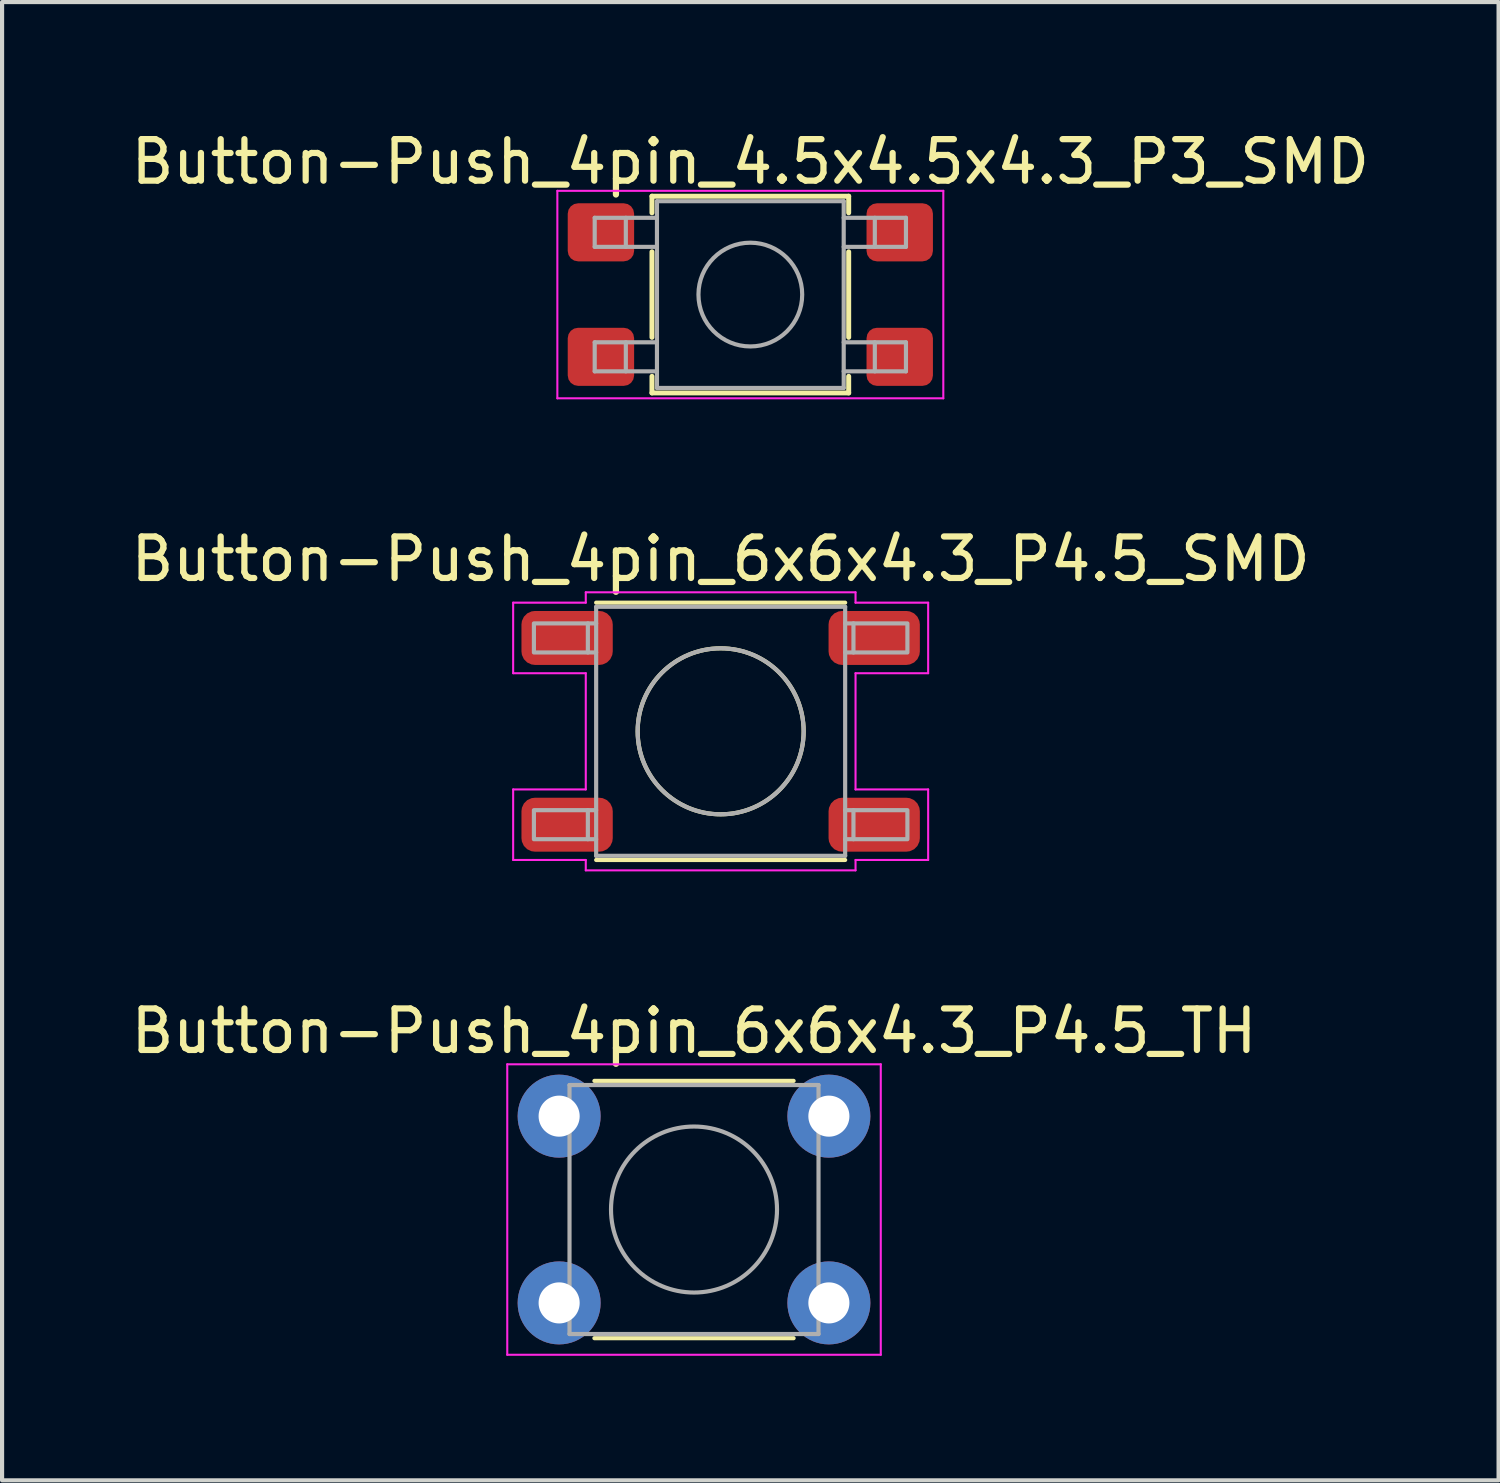
<source format=kicad_pcb>
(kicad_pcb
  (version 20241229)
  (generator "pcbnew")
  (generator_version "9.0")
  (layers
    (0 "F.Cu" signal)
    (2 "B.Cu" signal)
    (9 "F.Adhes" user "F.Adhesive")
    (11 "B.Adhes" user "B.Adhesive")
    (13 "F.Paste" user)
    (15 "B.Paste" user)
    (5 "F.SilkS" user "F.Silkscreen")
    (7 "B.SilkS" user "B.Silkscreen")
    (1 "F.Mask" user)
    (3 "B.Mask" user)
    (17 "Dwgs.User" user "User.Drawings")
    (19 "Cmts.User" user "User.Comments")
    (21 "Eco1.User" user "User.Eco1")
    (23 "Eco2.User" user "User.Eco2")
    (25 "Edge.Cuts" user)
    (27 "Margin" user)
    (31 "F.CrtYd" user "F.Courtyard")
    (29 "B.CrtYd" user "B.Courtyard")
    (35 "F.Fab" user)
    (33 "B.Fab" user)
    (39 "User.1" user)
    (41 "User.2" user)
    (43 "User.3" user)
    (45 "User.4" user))
  (footprint "Button-Push_4pin_6x6x4.3_P4.5_SMD"
    (layer "F.Cu")
    (at 14.315 14.572)
    (property "Reference" "Button-Push_4pin_6x6x4.3_P4.5_SMD" (at 0 -4.15 0) (layer "F.SilkS") (effects (font (size 1 1) (thickness 0.15))))
    (attr smd)
    (fp_line (start 3 -3.1) (end -3 -3.1) (stroke (width 0.1) (type solid)) (layer "F.SilkS"))
    (fp_line (start 3 3.1) (end -3 3.1) (stroke (width 0.1) (type solid)) (layer "F.SilkS"))
    (fp_circle (center 0 0) (end 2 0) (stroke (width 0.1) (type solid)) (fill no) (layer "F.SilkS"))
    (fp_line (start -5 -3.1) (end -5 -1.4) (stroke (width 0.05) (type solid)) (layer "F.CrtYd"))
    (fp_line (start -5 -3.1) (end -3.25 -3.1) (stroke (width 0.05) (type solid)) (layer "F.CrtYd"))
    (fp_line (start -5 -1.4) (end -3.25 -1.4) (stroke (width 0.05) (type solid)) (layer "F.CrtYd"))
    (fp_line (start -5 1.4) (end -5 3.1) (stroke (width 0.05) (type solid)) (layer "F.CrtYd"))
    (fp_line (start -5 1.4) (end -3.25 1.4) (stroke (width 0.05) (type solid)) (layer "F.CrtYd"))
    (fp_line (start -5 3.1) (end -3.25 3.1) (stroke (width 0.05) (type solid)) (layer "F.CrtYd"))
    (fp_line (start -3.25 -3.35) (end -3.25 -3.1) (stroke (width 0.05) (type solid)) (layer "F.CrtYd"))
    (fp_line (start -3.25 -1.4) (end -3.25 1.4) (stroke (width 0.05) (type solid)) (layer "F.CrtYd"))
    (fp_line (start -3.25 3.1) (end -3.25 3.35) (stroke (width 0.05) (type solid)) (layer "F.CrtYd"))
    (fp_line (start -3.25 3.35) (end 3.25 3.35) (stroke (width 0.05) (type solid)) (layer "F.CrtYd"))
    (fp_line (start 3.25 -3.35) (end -3.25 -3.35) (stroke (width 0.05) (type solid)) (layer "F.CrtYd"))
    (fp_line (start 3.25 -3.35) (end 3.25 -3.1) (stroke (width 0.05) (type solid)) (layer "F.CrtYd"))
    (fp_line (start 3.25 -3.1) (end 5 -3.1) (stroke (width 0.05) (type solid)) (layer "F.CrtYd"))
    (fp_line (start 3.25 -1.4) (end 3.25 1.4) (stroke (width 0.05) (type solid)) (layer "F.CrtYd"))
    (fp_line (start 3.25 -1.4) (end 5 -1.4) (stroke (width 0.05) (type solid)) (layer "F.CrtYd"))
    (fp_line (start 3.25 1.4) (end 5 1.4) (stroke (width 0.05) (type solid)) (layer "F.CrtYd"))
    (fp_line (start 3.25 3.1) (end 3.25 3.35) (stroke (width 0.05) (type solid)) (layer "F.CrtYd"))
    (fp_line (start 3.25 3.1) (end 5 3.1) (stroke (width 0.05) (type solid)) (layer "F.CrtYd"))
    (fp_line (start 5 -3.1) (end 5 -1.4) (stroke (width 0.05) (type solid)) (layer "F.CrtYd"))
    (fp_line (start 5 1.4) (end 5 3.1) (stroke (width 0.05) (type solid)) (layer "F.CrtYd"))
    (fp_line (start -3 -2.6) (end -3.2 -2.6) (stroke (width 0.1) (type solid)) (layer "F.Fab"))
    (fp_line (start -3 -1.9) (end -3.2 -1.9) (stroke (width 0.1) (type solid)) (layer "F.Fab"))
    (fp_line (start -3 1.9) (end -3.2 1.9) (stroke (width 0.1) (type solid)) (layer "F.Fab"))
    (fp_line (start -3 2.6) (end -3.2 2.6) (stroke (width 0.1) (type solid)) (layer "F.Fab"))
    (fp_line (start -3 3) (end -3 -3) (stroke (width 0.1) (type solid)) (layer "F.Fab"))
    (fp_line (start 3 -3) (end -3 -3) (stroke (width 0.1) (type solid)) (layer "F.Fab"))
    (fp_line (start 3 -3) (end 3 3) (stroke (width 0.1) (type solid)) (layer "F.Fab"))
    (fp_line (start 3 -2.6) (end 3.2 -2.6) (stroke (width 0.1) (type solid)) (layer "F.Fab"))
    (fp_line (start 3 -1.9) (end 3.2 -1.9) (stroke (width 0.1) (type solid)) (layer "F.Fab"))
    (fp_line (start 3 1.9) (end 3.2 1.9) (stroke (width 0.1) (type solid)) (layer "F.Fab"))
    (fp_line (start 3 2.6) (end 3.2 2.6) (stroke (width 0.1) (type solid)) (layer "F.Fab"))
    (fp_line (start 3 3) (end -3 3) (stroke (width 0.1) (type solid)) (layer "F.Fab"))
    (fp_circle (center 0 0) (end 2 0) (stroke (width 0.1) (type solid)) (fill no) (layer "F.Fab"))
    (fp_poly (pts (xy -3.2 -1.9) (xy -4.5 -1.9) (xy -4.5 -2.6) (xy -3.2 -2.6)) (stroke (width 0.1) (type solid)) (fill no) (layer "F.Fab"))
    (fp_poly (pts (xy -3.2 2.6) (xy -4.5 2.6) (xy -4.5 1.9) (xy -3.2 1.9)) (stroke (width 0.1) (type solid)) (fill no) (layer "F.Fab"))
    (fp_poly (pts (xy 3.2 -2.6) (xy 4.5 -2.6) (xy 4.5 -1.9) (xy 3.2 -1.9)) (stroke (width 0.1) (type solid)) (fill no) (layer "F.Fab"))
    (fp_poly (pts (xy 3.2 1.9) (xy 4.5 1.9) (xy 4.5 2.6) (xy 3.2 2.6)) (stroke (width 0.1) (type solid)) (fill no) (layer "F.Fab"))
    (pad "1" smd roundrect (at 3.7 -2.25) (size 2.2 1.3) (layers "F.Cu" "F.Mask" "F.Paste") (roundrect_rratio 0.25))
    (pad "2" smd roundrect (at -3.7 -2.25) (size 2.2 1.3) (layers "F.Cu" "F.Mask" "F.Paste") (roundrect_rratio 0.25))
    (pad "3" smd roundrect (at -3.7 2.25) (size 2.2 1.3) (layers "F.Cu" "F.Mask" "F.Paste") (roundrect_rratio 0.25))
    (pad "4" smd roundrect (at 3.7 2.25) (size 2.2 1.3) (layers "F.Cu" "F.Mask" "F.Paste") (roundrect_rratio 0.25)))
  (footprint "Button-Push_4pin_6x6x4.3_P4.5_TH"
    (layer "F.Cu")
    (at 13.673 26.095)
    (property "Reference" "Button-Push_4pin_6x6x4.3_P4.5_TH" (at 0 -4.3 0) (layer "F.SilkS") (effects (font (size 1 1) (thickness 0.15))))
    (attr through_hole)
    (fp_line (start 2.4 -3.1) (end -2.4 -3.1) (stroke (width 0.1) (type solid)) (layer "F.SilkS"))
    (fp_line (start 2.4 3.1) (end -2.4 3.1) (stroke (width 0.1) (type solid)) (layer "F.SilkS"))
    (fp_line (start -4.5 -3.5) (end -4.5 3.5) (stroke (width 0.05) (type solid)) (layer "F.CrtYd"))
    (fp_line (start -4.5 3.5) (end 4.5 3.5) (stroke (width 0.05) (type solid)) (layer "F.CrtYd"))
    (fp_line (start 4.5 -3.5) (end -4.5 -3.5) (stroke (width 0.05) (type solid)) (layer "F.CrtYd"))
    (fp_line (start 4.5 3.5) (end 4.5 -3.5) (stroke (width 0.05) (type solid)) (layer "F.CrtYd"))
    (fp_line (start -3 3) (end -3 -3) (stroke (width 0.1) (type solid)) (layer "F.Fab"))
    (fp_line (start 3 -3) (end -3 -3) (stroke (width 0.1) (type solid)) (layer "F.Fab"))
    (fp_line (start 3 -3) (end 3 3) (stroke (width 0.1) (type solid)) (layer "F.Fab"))
    (fp_line (start 3 3) (end -3 3) (stroke (width 0.1) (type solid)) (layer "F.Fab"))
    (fp_circle (center 0 0) (end 2 0) (stroke (width 0.1) (type solid)) (fill no) (layer "F.Fab"))
    (pad "1" thru_hole circle (at -3.25 -2.25 90) (size 2 2) (drill 0.99) (layers "*.Cu" "*.Mask"))
    (pad "1" thru_hole circle (at 3.25 -2.25 90) (size 2 2) (drill 0.99) (layers "*.Cu" "*.Mask"))
    (pad "2" thru_hole circle (at -3.25 2.25 90) (size 2 2) (drill 0.99) (layers "*.Cu" "*.Mask"))
    (pad "2" thru_hole circle (at 3.25 2.25 90) (size 2 2) (drill 0.99) (layers "*.Cu" "*.Mask")))
  (footprint "Button-Push_4pin_4.5x4.5x4.3_P3_SMD"
    (layer "F.Cu")
    (at 15.03 4.048)
    (property "Reference" "Button-Push_4pin_4.5x4.5x4.3_P3_SMD" (at 0 -3.2 0) (layer "F.SilkS") (effects (font (size 1 1) (thickness 0.15))))
    (attr smd)
    (fp_line (start -2.37 -2.37) (end -2.37 -1.97) (stroke (width 0.12) (type solid)) (layer "F.SilkS"))
    (fp_line (start -2.37 -2.37) (end 2.37 -2.37) (stroke (width 0.12) (type solid)) (layer "F.SilkS"))
    (fp_line (start -2.37 1.03) (end -2.37 -1.03) (stroke (width 0.12) (type solid)) (layer "F.SilkS"))
    (fp_line (start -2.37 2.37) (end -2.37 1.97) (stroke (width 0.12) (type solid)) (layer "F.SilkS"))
    (fp_line (start -2.37 2.37) (end 2.37 2.37) (stroke (width 0.12) (type solid)) (layer "F.SilkS"))
    (fp_line (start 2.37 -2.37) (end 2.37 -1.97) (stroke (width 0.12) (type solid)) (layer "F.SilkS"))
    (fp_line (start 2.37 1.03) (end 2.37 -1.03) (stroke (width 0.12) (type solid)) (layer "F.SilkS"))
    (fp_line (start 2.37 2.37) (end 2.37 1.97) (stroke (width 0.12) (type solid)) (layer "F.SilkS"))
    (fp_line (start -4.65 -2.5) (end 4.65 -2.5) (stroke (width 0.05) (type solid)) (layer "F.CrtYd"))
    (fp_line (start -4.65 2.5) (end -4.65 -2.5) (stroke (width 0.05) (type solid)) (layer "F.CrtYd"))
    (fp_line (start 4.65 -2.5) (end 4.65 2.5) (stroke (width 0.05) (type solid)) (layer "F.CrtYd"))
    (fp_line (start 4.65 2.5) (end -4.65 2.5) (stroke (width 0.05) (type solid)) (layer "F.CrtYd"))
    (fp_line (start -3.75 -1.85) (end -3.75 -1.15) (stroke (width 0.1) (type solid)) (layer "F.Fab"))
    (fp_line (start -3.75 -1.15) (end -2.25 -1.15) (stroke (width 0.1) (type solid)) (layer "F.Fab"))
    (fp_line (start -3.75 1.15) (end -3.75 1.85) (stroke (width 0.1) (type solid)) (layer "F.Fab"))
    (fp_line (start -3.75 1.85) (end -2.25 1.85) (stroke (width 0.1) (type solid)) (layer "F.Fab"))
    (fp_line (start -3 -1.85) (end -3 -1.15) (stroke (width 0.1) (type solid)) (layer "F.Fab"))
    (fp_line (start -3 1.15) (end -3 1.85) (stroke (width 0.1) (type solid)) (layer "F.Fab"))
    (fp_line (start -2.25 -2.25) (end 2.25 -2.25) (stroke (width 0.1) (type solid)) (layer "F.Fab"))
    (fp_line (start -2.25 -1.85) (end -3.75 -1.85) (stroke (width 0.1) (type solid)) (layer "F.Fab"))
    (fp_line (start -2.25 1.15) (end -3.75 1.15) (stroke (width 0.1) (type solid)) (layer "F.Fab"))
    (fp_line (start -2.25 2.25) (end -2.25 -2.25) (stroke (width 0.1) (type solid)) (layer "F.Fab"))
    (fp_line (start 2.25 -2.25) (end 2.25 2.25) (stroke (width 0.1) (type solid)) (layer "F.Fab"))
    (fp_line (start 2.25 -1.15) (end 3.75 -1.15) (stroke (width 0.1) (type solid)) (layer "F.Fab"))
    (fp_line (start 2.25 1.15) (end 3.75 1.15) (stroke (width 0.1) (type solid)) (layer "F.Fab"))
    (fp_line (start 2.25 2.25) (end -2.25 2.25) (stroke (width 0.1) (type solid)) (layer "F.Fab"))
    (fp_line (start 3 -1.85) (end 3 -1.15) (stroke (width 0.1) (type solid)) (layer "F.Fab"))
    (fp_line (start 3 1.15) (end 3 1.85) (stroke (width 0.1) (type solid)) (layer "F.Fab"))
    (fp_line (start 3.75 -1.85) (end 2.25 -1.85) (stroke (width 0.1) (type solid)) (layer "F.Fab"))
    (fp_line (start 3.75 -1.15) (end 3.75 -1.85) (stroke (width 0.1) (type solid)) (layer "F.Fab"))
    (fp_line (start 3.75 1.15) (end 3.75 1.85) (stroke (width 0.1) (type solid)) (layer "F.Fab"))
    (fp_line (start 3.75 1.85) (end 2.25 1.85) (stroke (width 0.1) (type solid)) (layer "F.Fab"))
    (fp_circle (center 0 0) (end 1.25 0) (stroke (width 0.1) (type solid)) (fill no) (layer "F.Fab"))
    (pad "1" smd roundrect (at 3.6 -1.5) (size 1.6 1.4) (layers "F.Cu" "F.Mask" "F.Paste") (roundrect_rratio 0.179))
    (pad "2" smd roundrect (at -3.6 -1.5) (size 1.6 1.4) (layers "F.Cu" "F.Mask" "F.Paste") (roundrect_rratio 0.179))
    (pad "3" smd roundrect (at -3.6 1.5) (size 1.6 1.4) (layers "F.Cu" "F.Mask" "F.Paste") (roundrect_rratio 0.179))
    (pad "4" smd roundrect (at 3.6 1.5) (size 1.6 1.4) (layers "F.Cu" "F.Mask" "F.Paste") (roundrect_rratio 0.179)))
  (gr_rect
    (start -3 -3)
    (end 33.06 32.62)
    (stroke (width 0.1) (type default))
    (fill no)
    (layer "Edge.Cuts")))
</source>
